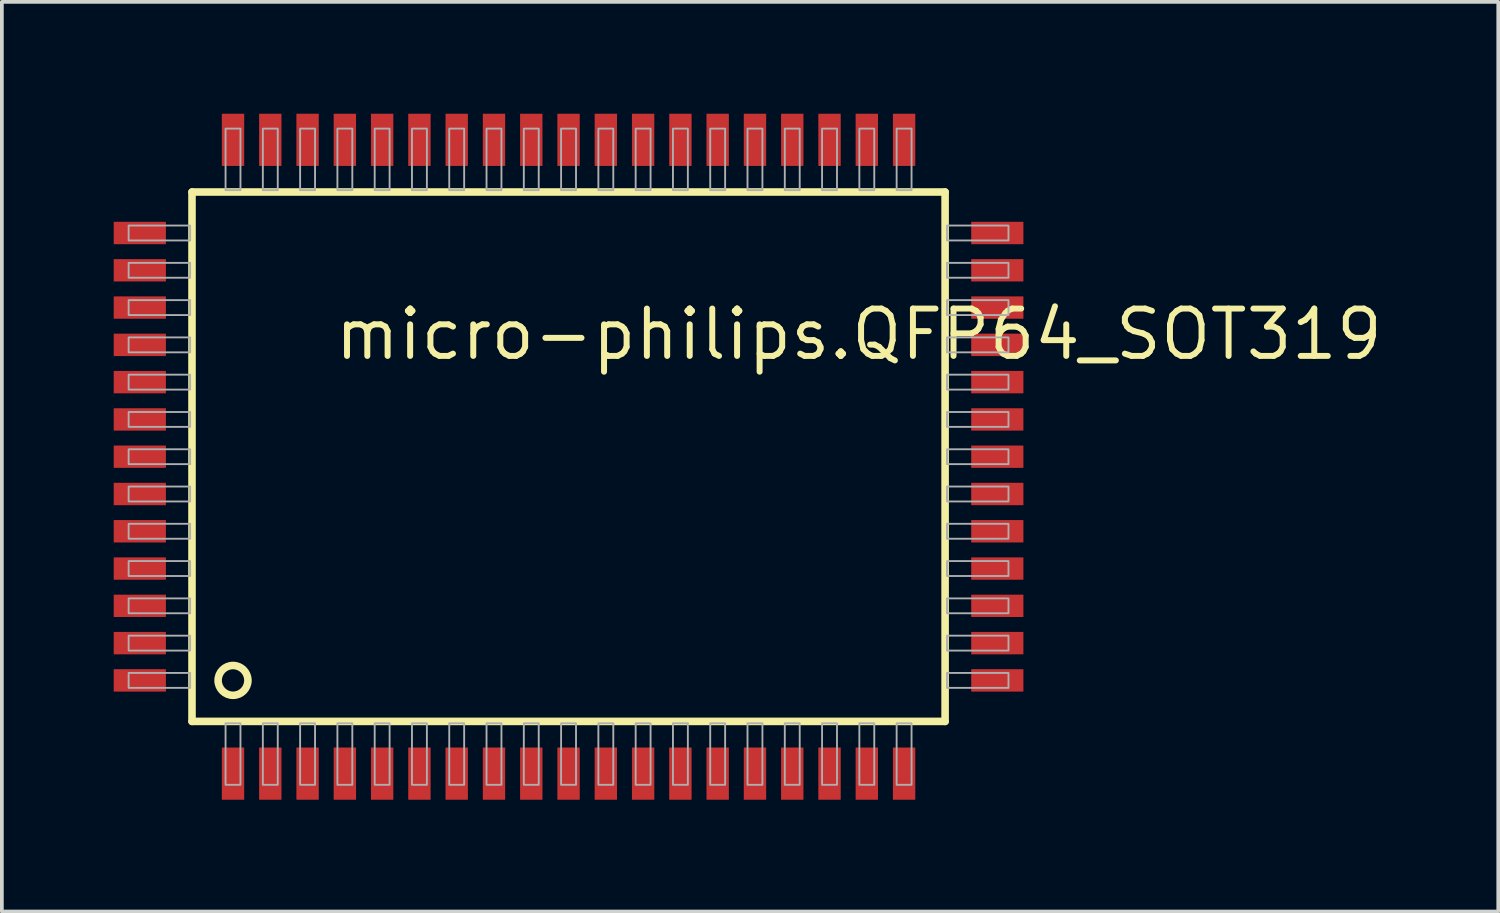
<source format=kicad_pcb>
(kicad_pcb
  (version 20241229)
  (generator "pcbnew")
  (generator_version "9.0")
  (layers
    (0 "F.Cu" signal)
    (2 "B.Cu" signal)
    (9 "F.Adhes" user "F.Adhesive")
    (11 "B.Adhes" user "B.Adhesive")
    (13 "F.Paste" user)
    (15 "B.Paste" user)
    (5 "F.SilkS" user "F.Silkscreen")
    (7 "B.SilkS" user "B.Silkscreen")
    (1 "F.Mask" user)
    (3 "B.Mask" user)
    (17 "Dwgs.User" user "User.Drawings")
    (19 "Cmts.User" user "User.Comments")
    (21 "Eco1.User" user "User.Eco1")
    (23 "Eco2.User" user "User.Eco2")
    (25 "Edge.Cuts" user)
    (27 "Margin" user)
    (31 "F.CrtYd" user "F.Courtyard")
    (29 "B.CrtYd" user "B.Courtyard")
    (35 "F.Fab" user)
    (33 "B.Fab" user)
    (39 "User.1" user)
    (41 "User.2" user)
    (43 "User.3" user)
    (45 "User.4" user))
  (footprint "micro-philips.QFP64_SOT319"
    (layer "F.Cu")
    (at 12.2 9.2)
    (property "Reference" "micro-philips.QFP64_SOT319" (at -6.35 -2.54 0) (layer "F.SilkS") (effects (font (size 1.27 1.27) (thickness 0.16)) (justify left bottom)))
    (attr smd)
    (fp_line (start -10.1 -7.1) (end 10.1 -7.1) (stroke (width 0.203) (type default)) (layer "F.SilkS"))
    (fp_line (start -10.1 7.1) (end -10.1 -7.1) (stroke (width 0.203) (type default)) (layer "F.SilkS"))
    (fp_line (start 10.1 -7.1) (end 10.1 7.1) (stroke (width 0.203) (type default)) (layer "F.SilkS"))
    (fp_line (start 10.1 7.1) (end -10.1 7.1) (stroke (width 0.203) (type default)) (layer "F.SilkS"))
    (fp_circle (center -9 6) (end -8.6 6) (stroke (width 0.203) (type default)) (fill no) (layer "F.SilkS"))
    (fp_rect (start -11.8 -5.8) (end -10.15 -6.2) (stroke (width 0.05) (type default)) (fill no) (layer "F.Fab"))
    (fp_rect (start -11.8 -4.8) (end -10.15 -5.2) (stroke (width 0.05) (type default)) (fill no) (layer "F.Fab"))
    (fp_rect (start -11.8 -3.8) (end -10.15 -4.2) (stroke (width 0.05) (type default)) (fill no) (layer "F.Fab"))
    (fp_rect (start -11.8 -2.8) (end -10.15 -3.2) (stroke (width 0.05) (type default)) (fill no) (layer "F.Fab"))
    (fp_rect (start -11.8 -1.8) (end -10.15 -2.2) (stroke (width 0.05) (type default)) (fill no) (layer "F.Fab"))
    (fp_rect (start -11.8 -0.8) (end -10.15 -1.2) (stroke (width 0.05) (type default)) (fill no) (layer "F.Fab"))
    (fp_rect (start -11.8 0.2) (end -10.15 -0.2) (stroke (width 0.05) (type default)) (fill no) (layer "F.Fab"))
    (fp_rect (start -11.8 1.2) (end -10.15 0.8) (stroke (width 0.05) (type default)) (fill no) (layer "F.Fab"))
    (fp_rect (start -11.8 2.2) (end -10.15 1.8) (stroke (width 0.05) (type default)) (fill no) (layer "F.Fab"))
    (fp_rect (start -11.8 3.2) (end -10.15 2.8) (stroke (width 0.05) (type default)) (fill no) (layer "F.Fab"))
    (fp_rect (start -11.8 4.2) (end -10.15 3.8) (stroke (width 0.05) (type default)) (fill no) (layer "F.Fab"))
    (fp_rect (start -11.8 5.2) (end -10.15 4.8) (stroke (width 0.05) (type default)) (fill no) (layer "F.Fab"))
    (fp_rect (start -11.8 6.2) (end -10.15 5.8) (stroke (width 0.05) (type default)) (fill no) (layer "F.Fab"))
    (fp_rect (start -9.2 -7.15) (end -8.8 -8.8) (stroke (width 0.05) (type default)) (fill no) (layer "F.Fab"))
    (fp_rect (start -9.2 8.8) (end -8.8 7.15) (stroke (width 0.05) (type default)) (fill no) (layer "F.Fab"))
    (fp_rect (start -8.2 -7.15) (end -7.8 -8.8) (stroke (width 0.05) (type default)) (fill no) (layer "F.Fab"))
    (fp_rect (start -8.2 8.8) (end -7.8 7.15) (stroke (width 0.05) (type default)) (fill no) (layer "F.Fab"))
    (fp_rect (start -7.2 -7.15) (end -6.8 -8.8) (stroke (width 0.05) (type default)) (fill no) (layer "F.Fab"))
    (fp_rect (start -7.2 8.8) (end -6.8 7.15) (stroke (width 0.05) (type default)) (fill no) (layer "F.Fab"))
    (fp_rect (start -6.2 -7.15) (end -5.8 -8.8) (stroke (width 0.05) (type default)) (fill no) (layer "F.Fab"))
    (fp_rect (start -6.2 8.8) (end -5.8 7.15) (stroke (width 0.05) (type default)) (fill no) (layer "F.Fab"))
    (fp_rect (start -5.2 -7.15) (end -4.8 -8.8) (stroke (width 0.05) (type default)) (fill no) (layer "F.Fab"))
    (fp_rect (start -5.2 8.8) (end -4.8 7.15) (stroke (width 0.05) (type default)) (fill no) (layer "F.Fab"))
    (fp_rect (start -4.2 -7.15) (end -3.8 -8.8) (stroke (width 0.05) (type default)) (fill no) (layer "F.Fab"))
    (fp_rect (start -4.2 8.8) (end -3.8 7.15) (stroke (width 0.05) (type default)) (fill no) (layer "F.Fab"))
    (fp_rect (start -3.2 -7.15) (end -2.8 -8.8) (stroke (width 0.05) (type default)) (fill no) (layer "F.Fab"))
    (fp_rect (start -3.2 8.8) (end -2.8 7.15) (stroke (width 0.05) (type default)) (fill no) (layer "F.Fab"))
    (fp_rect (start -2.2 -7.15) (end -1.8 -8.8) (stroke (width 0.05) (type default)) (fill no) (layer "F.Fab"))
    (fp_rect (start -2.2 8.8) (end -1.8 7.15) (stroke (width 0.05) (type default)) (fill no) (layer "F.Fab"))
    (fp_rect (start -1.2 -7.15) (end -0.8 -8.8) (stroke (width 0.05) (type default)) (fill no) (layer "F.Fab"))
    (fp_rect (start -1.2 8.8) (end -0.8 7.15) (stroke (width 0.05) (type default)) (fill no) (layer "F.Fab"))
    (fp_rect (start -0.2 -7.15) (end 0.2 -8.8) (stroke (width 0.05) (type default)) (fill no) (layer "F.Fab"))
    (fp_rect (start -0.2 8.8) (end 0.2 7.15) (stroke (width 0.05) (type default)) (fill no) (layer "F.Fab"))
    (fp_rect (start 0.8 -7.15) (end 1.2 -8.8) (stroke (width 0.05) (type default)) (fill no) (layer "F.Fab"))
    (fp_rect (start 0.8 8.8) (end 1.2 7.15) (stroke (width 0.05) (type default)) (fill no) (layer "F.Fab"))
    (fp_rect (start 1.8 -7.15) (end 2.2 -8.8) (stroke (width 0.05) (type default)) (fill no) (layer "F.Fab"))
    (fp_rect (start 1.8 8.8) (end 2.2 7.15) (stroke (width 0.05) (type default)) (fill no) (layer "F.Fab"))
    (fp_rect (start 2.8 -7.15) (end 3.2 -8.8) (stroke (width 0.05) (type default)) (fill no) (layer "F.Fab"))
    (fp_rect (start 2.8 8.8) (end 3.2 7.15) (stroke (width 0.05) (type default)) (fill no) (layer "F.Fab"))
    (fp_rect (start 3.8 -7.15) (end 4.2 -8.8) (stroke (width 0.05) (type default)) (fill no) (layer "F.Fab"))
    (fp_rect (start 3.8 8.8) (end 4.2 7.15) (stroke (width 0.05) (type default)) (fill no) (layer "F.Fab"))
    (fp_rect (start 4.8 -7.15) (end 5.2 -8.8) (stroke (width 0.05) (type default)) (fill no) (layer "F.Fab"))
    (fp_rect (start 4.8 8.8) (end 5.2 7.15) (stroke (width 0.05) (type default)) (fill no) (layer "F.Fab"))
    (fp_rect (start 5.8 -7.15) (end 6.2 -8.8) (stroke (width 0.05) (type default)) (fill no) (layer "F.Fab"))
    (fp_rect (start 5.8 8.8) (end 6.2 7.15) (stroke (width 0.05) (type default)) (fill no) (layer "F.Fab"))
    (fp_rect (start 6.8 -7.15) (end 7.2 -8.8) (stroke (width 0.05) (type default)) (fill no) (layer "F.Fab"))
    (fp_rect (start 6.8 8.8) (end 7.2 7.15) (stroke (width 0.05) (type default)) (fill no) (layer "F.Fab"))
    (fp_rect (start 7.8 -7.15) (end 8.2 -8.8) (stroke (width 0.05) (type default)) (fill no) (layer "F.Fab"))
    (fp_rect (start 7.8 8.8) (end 8.2 7.15) (stroke (width 0.05) (type default)) (fill no) (layer "F.Fab"))
    (fp_rect (start 8.8 -7.15) (end 9.2 -8.8) (stroke (width 0.05) (type default)) (fill no) (layer "F.Fab"))
    (fp_rect (start 8.8 8.8) (end 9.2 7.15) (stroke (width 0.05) (type default)) (fill no) (layer "F.Fab"))
    (fp_rect (start 10.15 -5.8) (end 11.8 -6.2) (stroke (width 0.05) (type default)) (fill no) (layer "F.Fab"))
    (fp_rect (start 10.15 -4.8) (end 11.8 -5.2) (stroke (width 0.05) (type default)) (fill no) (layer "F.Fab"))
    (fp_rect (start 10.15 -3.8) (end 11.8 -4.2) (stroke (width 0.05) (type default)) (fill no) (layer "F.Fab"))
    (fp_rect (start 10.15 -2.8) (end 11.8 -3.2) (stroke (width 0.05) (type default)) (fill no) (layer "F.Fab"))
    (fp_rect (start 10.15 -1.8) (end 11.8 -2.2) (stroke (width 0.05) (type default)) (fill no) (layer "F.Fab"))
    (fp_rect (start 10.15 -0.8) (end 11.8 -1.2) (stroke (width 0.05) (type default)) (fill no) (layer "F.Fab"))
    (fp_rect (start 10.15 0.2) (end 11.8 -0.2) (stroke (width 0.05) (type default)) (fill no) (layer "F.Fab"))
    (fp_rect (start 10.15 1.2) (end 11.8 0.8) (stroke (width 0.05) (type default)) (fill no) (layer "F.Fab"))
    (fp_rect (start 10.15 2.2) (end 11.8 1.8) (stroke (width 0.05) (type default)) (fill no) (layer "F.Fab"))
    (fp_rect (start 10.15 3.2) (end 11.8 2.8) (stroke (width 0.05) (type default)) (fill no) (layer "F.Fab"))
    (fp_rect (start 10.15 4.2) (end 11.8 3.8) (stroke (width 0.05) (type default)) (fill no) (layer "F.Fab"))
    (fp_rect (start 10.15 5.2) (end 11.8 4.8) (stroke (width 0.05) (type default)) (fill no) (layer "F.Fab"))
    (fp_rect (start 10.15 6.2) (end 11.8 5.8) (stroke (width 0.05) (type default)) (fill no) (layer "F.Fab"))
    (pad "1" smd roundrect (at -9 8.5) (size 0.6 1.4) (layers "F.Cu" "F.Mask" "F.Paste") (roundrect_rratio 0.01))
    (pad "2" smd roundrect (at -8 8.5) (size 0.6 1.4) (layers "F.Cu" "F.Mask" "F.Paste") (roundrect_rratio 0.01))
    (pad "3" smd roundrect (at -7 8.5) (size 0.6 1.4) (layers "F.Cu" "F.Mask" "F.Paste") (roundrect_rratio 0.01))
    (pad "4" smd roundrect (at -6 8.5) (size 0.6 1.4) (layers "F.Cu" "F.Mask" "F.Paste") (roundrect_rratio 0.01))
    (pad "5" smd roundrect (at -5 8.5) (size 0.6 1.4) (layers "F.Cu" "F.Mask" "F.Paste") (roundrect_rratio 0.01))
    (pad "6" smd roundrect (at -4 8.5) (size 0.6 1.4) (layers "F.Cu" "F.Mask" "F.Paste") (roundrect_rratio 0.01))
    (pad "7" smd roundrect (at -3 8.5) (size 0.6 1.4) (layers "F.Cu" "F.Mask" "F.Paste") (roundrect_rratio 0.01))
    (pad "8" smd roundrect (at -2 8.5) (size 0.6 1.4) (layers "F.Cu" "F.Mask" "F.Paste") (roundrect_rratio 0.01))
    (pad "9" smd roundrect (at -1 8.5) (size 0.6 1.4) (layers "F.Cu" "F.Mask" "F.Paste") (roundrect_rratio 0.01))
    (pad "10" smd roundrect (at 0 8.5) (size 0.6 1.4) (layers "F.Cu" "F.Mask" "F.Paste") (roundrect_rratio 0.01))
    (pad "11" smd roundrect (at 1 8.5) (size 0.6 1.4) (layers "F.Cu" "F.Mask" "F.Paste") (roundrect_rratio 0.01))
    (pad "12" smd roundrect (at 2 8.5) (size 0.6 1.4) (layers "F.Cu" "F.Mask" "F.Paste") (roundrect_rratio 0.01))
    (pad "13" smd roundrect (at 3 8.5) (size 0.6 1.4) (layers "F.Cu" "F.Mask" "F.Paste") (roundrect_rratio 0.01))
    (pad "14" smd roundrect (at 4 8.5) (size 0.6 1.4) (layers "F.Cu" "F.Mask" "F.Paste") (roundrect_rratio 0.01))
    (pad "15" smd roundrect (at 5 8.5) (size 0.6 1.4) (layers "F.Cu" "F.Mask" "F.Paste") (roundrect_rratio 0.01))
    (pad "16" smd roundrect (at 6 8.5) (size 0.6 1.4) (layers "F.Cu" "F.Mask" "F.Paste") (roundrect_rratio 0.01))
    (pad "17" smd roundrect (at 7 8.5) (size 0.6 1.4) (layers "F.Cu" "F.Mask" "F.Paste") (roundrect_rratio 0.01))
    (pad "18" smd roundrect (at 8 8.5) (size 0.6 1.4) (layers "F.Cu" "F.Mask" "F.Paste") (roundrect_rratio 0.01))
    (pad "19" smd roundrect (at 9 8.5) (size 0.6 1.4) (layers "F.Cu" "F.Mask" "F.Paste") (roundrect_rratio 0.01))
    (pad "20" smd roundrect (at 11.5 6) (size 1.4 0.6) (layers "F.Cu" "F.Mask" "F.Paste") (roundrect_rratio 0.01))
    (pad "21" smd roundrect (at 11.5 5) (size 1.4 0.6) (layers "F.Cu" "F.Mask" "F.Paste") (roundrect_rratio 0.01))
    (pad "22" smd roundrect (at 11.5 4) (size 1.4 0.6) (layers "F.Cu" "F.Mask" "F.Paste") (roundrect_rratio 0.01))
    (pad "23" smd roundrect (at 11.5 3) (size 1.4 0.6) (layers "F.Cu" "F.Mask" "F.Paste") (roundrect_rratio 0.01))
    (pad "24" smd roundrect (at 11.5 2) (size 1.4 0.6) (layers "F.Cu" "F.Mask" "F.Paste") (roundrect_rratio 0.01))
    (pad "25" smd roundrect (at 11.5 1) (size 1.4 0.6) (layers "F.Cu" "F.Mask" "F.Paste") (roundrect_rratio 0.01))
    (pad "26" smd roundrect (at 11.5 0) (size 1.4 0.6) (layers "F.Cu" "F.Mask" "F.Paste") (roundrect_rratio 0.01))
    (pad "27" smd roundrect (at 11.5 -1) (size 1.4 0.6) (layers "F.Cu" "F.Mask" "F.Paste") (roundrect_rratio 0.01))
    (pad "28" smd roundrect (at 11.5 -2) (size 1.4 0.6) (layers "F.Cu" "F.Mask" "F.Paste") (roundrect_rratio 0.01))
    (pad "29" smd roundrect (at 11.5 -3) (size 1.4 0.6) (layers "F.Cu" "F.Mask" "F.Paste") (roundrect_rratio 0.01))
    (pad "30" smd roundrect (at 11.5 -4) (size 1.4 0.6) (layers "F.Cu" "F.Mask" "F.Paste") (roundrect_rratio 0.01))
    (pad "31" smd roundrect (at 11.5 -5) (size 1.4 0.6) (layers "F.Cu" "F.Mask" "F.Paste") (roundrect_rratio 0.01))
    (pad "32" smd roundrect (at 11.5 -6) (size 1.4 0.6) (layers "F.Cu" "F.Mask" "F.Paste") (roundrect_rratio 0.01))
    (pad "33" smd roundrect (at 9 -8.5) (size 0.6 1.4) (layers "F.Cu" "F.Mask" "F.Paste") (roundrect_rratio 0.01))
    (pad "34" smd roundrect (at 8 -8.5) (size 0.6 1.4) (layers "F.Cu" "F.Mask" "F.Paste") (roundrect_rratio 0.01))
    (pad "35" smd roundrect (at 7 -8.5) (size 0.6 1.4) (layers "F.Cu" "F.Mask" "F.Paste") (roundrect_rratio 0.01))
    (pad "36" smd roundrect (at 6 -8.5) (size 0.6 1.4) (layers "F.Cu" "F.Mask" "F.Paste") (roundrect_rratio 0.01))
    (pad "37" smd roundrect (at 5 -8.5) (size 0.6 1.4) (layers "F.Cu" "F.Mask" "F.Paste") (roundrect_rratio 0.01))
    (pad "38" smd roundrect (at 4 -8.5) (size 0.6 1.4) (layers "F.Cu" "F.Mask" "F.Paste") (roundrect_rratio 0.01))
    (pad "39" smd roundrect (at 3 -8.5) (size 0.6 1.4) (layers "F.Cu" "F.Mask" "F.Paste") (roundrect_rratio 0.01))
    (pad "40" smd roundrect (at 2 -8.5) (size 0.6 1.4) (layers "F.Cu" "F.Mask" "F.Paste") (roundrect_rratio 0.01))
    (pad "41" smd roundrect (at 1 -8.5) (size 0.6 1.4) (layers "F.Cu" "F.Mask" "F.Paste") (roundrect_rratio 0.01))
    (pad "42" smd roundrect (at 0 -8.5) (size 0.6 1.4) (layers "F.Cu" "F.Mask" "F.Paste") (roundrect_rratio 0.01))
    (pad "43" smd roundrect (at -1 -8.5) (size 0.6 1.4) (layers "F.Cu" "F.Mask" "F.Paste") (roundrect_rratio 0.01))
    (pad "44" smd roundrect (at -2 -8.5) (size 0.6 1.4) (layers "F.Cu" "F.Mask" "F.Paste") (roundrect_rratio 0.01))
    (pad "45" smd roundrect (at -3 -8.5) (size 0.6 1.4) (layers "F.Cu" "F.Mask" "F.Paste") (roundrect_rratio 0.01))
    (pad "46" smd roundrect (at -4 -8.5) (size 0.6 1.4) (layers "F.Cu" "F.Mask" "F.Paste") (roundrect_rratio 0.01))
    (pad "47" smd roundrect (at -5 -8.5) (size 0.6 1.4) (layers "F.Cu" "F.Mask" "F.Paste") (roundrect_rratio 0.01))
    (pad "48" smd roundrect (at -6 -8.5) (size 0.6 1.4) (layers "F.Cu" "F.Mask" "F.Paste") (roundrect_rratio 0.01))
    (pad "49" smd roundrect (at -7 -8.5) (size 0.6 1.4) (layers "F.Cu" "F.Mask" "F.Paste") (roundrect_rratio 0.01))
    (pad "50" smd roundrect (at -8 -8.5) (size 0.6 1.4) (layers "F.Cu" "F.Mask" "F.Paste") (roundrect_rratio 0.01))
    (pad "51" smd roundrect (at -9 -8.5) (size 0.6 1.4) (layers "F.Cu" "F.Mask" "F.Paste") (roundrect_rratio 0.01))
    (pad "52" smd roundrect (at -11.5 -6) (size 1.4 0.6) (layers "F.Cu" "F.Mask" "F.Paste") (roundrect_rratio 0.01))
    (pad "53" smd roundrect (at -11.5 -5) (size 1.4 0.6) (layers "F.Cu" "F.Mask" "F.Paste") (roundrect_rratio 0.01))
    (pad "54" smd roundrect (at -11.5 -4) (size 1.4 0.6) (layers "F.Cu" "F.Mask" "F.Paste") (roundrect_rratio 0.01))
    (pad "55" smd roundrect (at -11.5 -3) (size 1.4 0.6) (layers "F.Cu" "F.Mask" "F.Paste") (roundrect_rratio 0.01))
    (pad "56" smd roundrect (at -11.5 -2) (size 1.4 0.6) (layers "F.Cu" "F.Mask" "F.Paste") (roundrect_rratio 0.01))
    (pad "57" smd roundrect (at -11.5 -1) (size 1.4 0.6) (layers "F.Cu" "F.Mask" "F.Paste") (roundrect_rratio 0.01))
    (pad "58" smd roundrect (at -11.5 0) (size 1.4 0.6) (layers "F.Cu" "F.Mask" "F.Paste") (roundrect_rratio 0.01))
    (pad "59" smd roundrect (at -11.5 1) (size 1.4 0.6) (layers "F.Cu" "F.Mask" "F.Paste") (roundrect_rratio 0.01))
    (pad "60" smd roundrect (at -11.5 2) (size 1.4 0.6) (layers "F.Cu" "F.Mask" "F.Paste") (roundrect_rratio 0.01))
    (pad "61" smd roundrect (at -11.5 3) (size 1.4 0.6) (layers "F.Cu" "F.Mask" "F.Paste") (roundrect_rratio 0.01))
    (pad "62" smd roundrect (at -11.5 4) (size 1.4 0.6) (layers "F.Cu" "F.Mask" "F.Paste") (roundrect_rratio 0.01))
    (pad "63" smd roundrect (at -11.5 5) (size 1.4 0.6) (layers "F.Cu" "F.Mask" "F.Paste") (roundrect_rratio 0.01))
    (pad "64" smd roundrect (at -11.5 6) (size 1.4 0.6) (layers "F.Cu" "F.Mask" "F.Paste") (roundrect_rratio 0.01)))
  (gr_rect
    (start -3 -3)
    (end 37.137 21.4)
    (stroke (width 0.1) (type default))
    (fill no)
    (layer "Edge.Cuts")))
</source>
